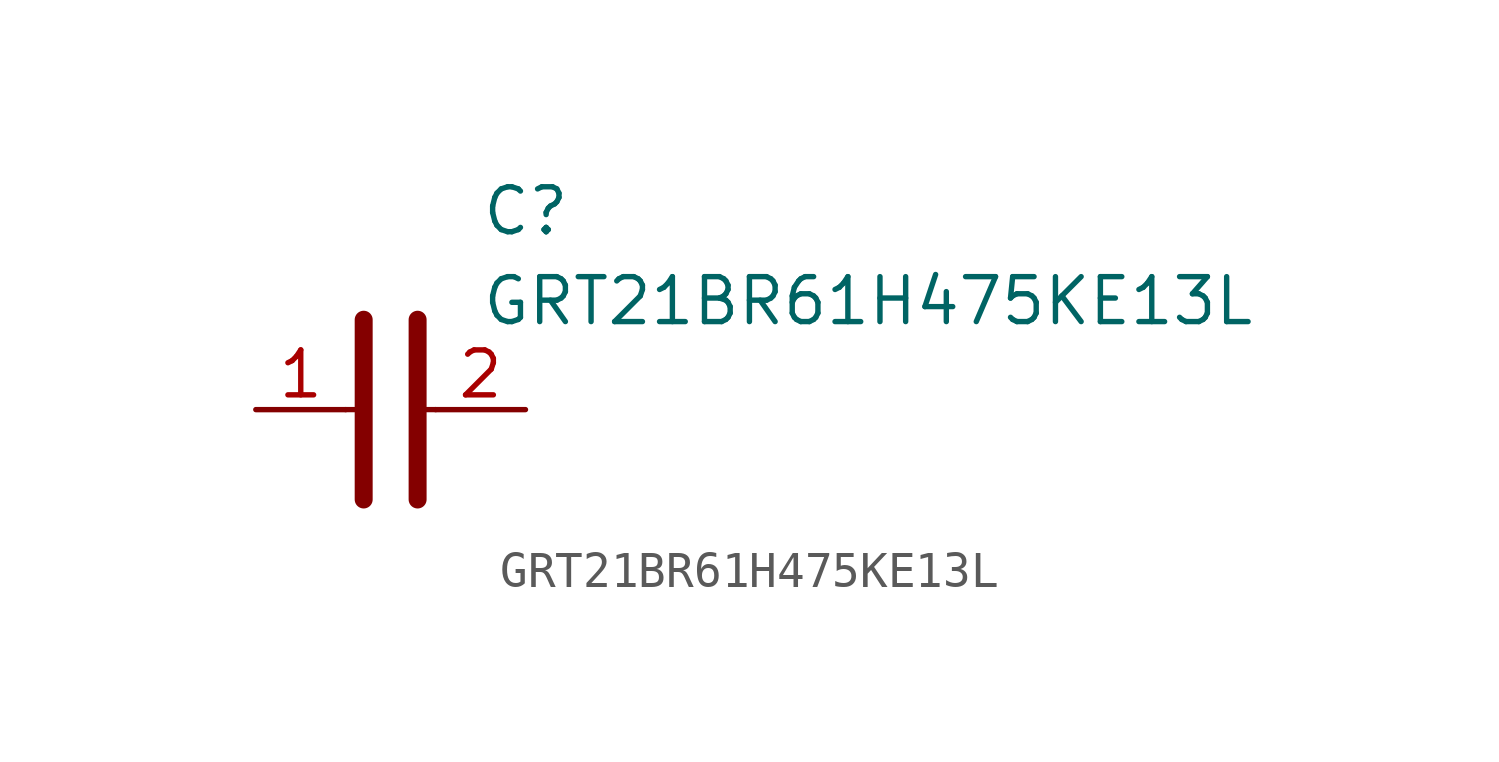
<source format=kicad_sym>
(kicad_symbol_lib
  (version 20231120)
  (generator "kicad_symbol_editor")
  (generator_version "8.0")
  (symbol "GRT21BR61H475KE13L"
    (pin_names hide)
    (property "Reference" "C"
      (at 8.89 6.35 0)
      (effects (font (size 1.27 1.27)) (justify left top)))
    (property "Value" "GRT21BR61H475KE13L"
      (at 8.89 3.81 0)
      (effects (font (size 1.27 1.27)) (justify left top)))
    (symbol "GRT21BR61H475KE13L_1_1"
      (polyline (pts (xy 5.08 0) (xy 5.588 0)) (stroke (width 0.152) (type default)) (fill (type none)))
      (polyline (pts (xy 5.588 2.54) (xy 5.588 -2.54)) (stroke (width 0.508) (type default)) (fill (type none)))
      (polyline (pts (xy 7.112 0) (xy 7.62 0)) (stroke (width 0.152) (type default)) (fill (type none)))
      (polyline (pts (xy 7.112 2.54) (xy 7.112 -2.54)) (stroke (width 0.508) (type default)) (fill (type none)))
      (pin passive line (at 2.54 0 0) (length 2.54) (name "1" (effects (font (size 1.27 1.27)))) (number "1" (effects (font (size 1.27 1.27)))))
      (pin passive line (at 10.16 0 180) (length 2.54) (name "2" (effects (font (size 1.27 1.27)))) (number "2" (effects (font (size 1.27 1.27))))))))
</source>
